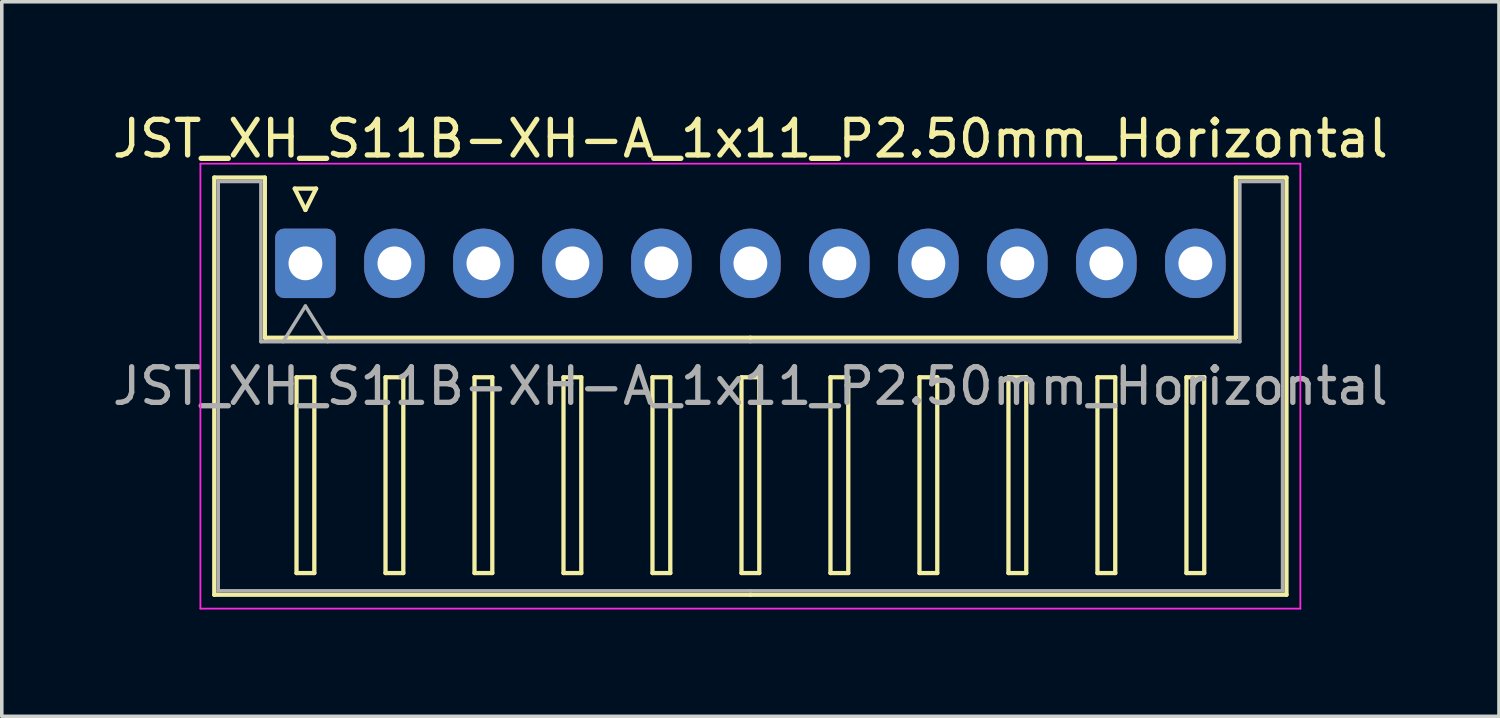
<source format=kicad_pcb>
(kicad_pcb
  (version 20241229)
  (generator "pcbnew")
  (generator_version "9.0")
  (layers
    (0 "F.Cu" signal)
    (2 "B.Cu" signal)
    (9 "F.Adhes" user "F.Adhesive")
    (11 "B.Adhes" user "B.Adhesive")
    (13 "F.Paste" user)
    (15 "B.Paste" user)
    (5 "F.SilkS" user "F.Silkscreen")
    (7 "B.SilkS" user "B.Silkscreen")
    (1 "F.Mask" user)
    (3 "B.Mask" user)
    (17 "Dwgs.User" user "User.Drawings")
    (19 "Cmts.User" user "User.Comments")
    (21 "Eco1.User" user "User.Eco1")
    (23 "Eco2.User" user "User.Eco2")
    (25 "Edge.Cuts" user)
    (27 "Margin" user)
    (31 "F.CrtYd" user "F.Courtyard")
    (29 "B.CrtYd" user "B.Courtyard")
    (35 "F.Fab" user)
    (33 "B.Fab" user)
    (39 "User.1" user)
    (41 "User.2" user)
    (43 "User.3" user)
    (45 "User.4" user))
  (footprint "JST_XH_S11B-XH-A_1x11_P2.50mm_Horizontal"
    (layer "F.Cu")
    (at 5.53 4.348)
    (property "Reference" "JST_XH_S11B-XH-A_1x11_P2.50mm_Horizontal" (at 12.5 -3.5 0) (layer "F.SilkS") (effects (font (size 1 1) (thickness 0.15))))
    (attr through_hole)
    (fp_line (start -2.56 -2.41) (end -1.14 -2.41) (stroke (width 0.12) (type solid)) (layer "F.SilkS"))
    (fp_line (start -2.56 9.31) (end -2.56 -2.41) (stroke (width 0.12) (type solid)) (layer "F.SilkS"))
    (fp_line (start -1.14 -2.41) (end -1.14 2.09) (stroke (width 0.12) (type solid)) (layer "F.SilkS"))
    (fp_line (start -1.14 2.09) (end 12.5 2.09) (stroke (width 0.12) (type solid)) (layer "F.SilkS"))
    (fp_line (start -0.3 -2.1) (end 0.3 -2.1) (stroke (width 0.12) (type solid)) (layer "F.SilkS"))
    (fp_line (start -0.25 3.2) (end -0.25 8.7) (stroke (width 0.12) (type solid)) (layer "F.SilkS"))
    (fp_line (start -0.25 8.7) (end 0.25 8.7) (stroke (width 0.12) (type solid)) (layer "F.SilkS"))
    (fp_line (start 0 -1.5) (end -0.3 -2.1) (stroke (width 0.12) (type solid)) (layer "F.SilkS"))
    (fp_line (start 0.25 3.2) (end -0.25 3.2) (stroke (width 0.12) (type solid)) (layer "F.SilkS"))
    (fp_line (start 0.25 8.7) (end 0.25 3.2) (stroke (width 0.12) (type solid)) (layer "F.SilkS"))
    (fp_line (start 0.3 -2.1) (end 0 -1.5) (stroke (width 0.12) (type solid)) (layer "F.SilkS"))
    (fp_line (start 2.25 3.2) (end 2.25 8.7) (stroke (width 0.12) (type solid)) (layer "F.SilkS"))
    (fp_line (start 2.25 8.7) (end 2.75 8.7) (stroke (width 0.12) (type solid)) (layer "F.SilkS"))
    (fp_line (start 2.75 3.2) (end 2.25 3.2) (stroke (width 0.12) (type solid)) (layer "F.SilkS"))
    (fp_line (start 2.75 8.7) (end 2.75 3.2) (stroke (width 0.12) (type solid)) (layer "F.SilkS"))
    (fp_line (start 4.75 3.2) (end 4.75 8.7) (stroke (width 0.12) (type solid)) (layer "F.SilkS"))
    (fp_line (start 4.75 8.7) (end 5.25 8.7) (stroke (width 0.12) (type solid)) (layer "F.SilkS"))
    (fp_line (start 5.25 3.2) (end 4.75 3.2) (stroke (width 0.12) (type solid)) (layer "F.SilkS"))
    (fp_line (start 5.25 8.7) (end 5.25 3.2) (stroke (width 0.12) (type solid)) (layer "F.SilkS"))
    (fp_line (start 7.25 3.2) (end 7.25 8.7) (stroke (width 0.12) (type solid)) (layer "F.SilkS"))
    (fp_line (start 7.25 8.7) (end 7.75 8.7) (stroke (width 0.12) (type solid)) (layer "F.SilkS"))
    (fp_line (start 7.75 3.2) (end 7.25 3.2) (stroke (width 0.12) (type solid)) (layer "F.SilkS"))
    (fp_line (start 7.75 8.7) (end 7.75 3.2) (stroke (width 0.12) (type solid)) (layer "F.SilkS"))
    (fp_line (start 9.75 3.2) (end 9.75 8.7) (stroke (width 0.12) (type solid)) (layer "F.SilkS"))
    (fp_line (start 9.75 8.7) (end 10.25 8.7) (stroke (width 0.12) (type solid)) (layer "F.SilkS"))
    (fp_line (start 10.25 3.2) (end 9.75 3.2) (stroke (width 0.12) (type solid)) (layer "F.SilkS"))
    (fp_line (start 10.25 8.7) (end 10.25 3.2) (stroke (width 0.12) (type solid)) (layer "F.SilkS"))
    (fp_line (start 12.25 3.2) (end 12.25 8.7) (stroke (width 0.12) (type solid)) (layer "F.SilkS"))
    (fp_line (start 12.25 8.7) (end 12.75 8.7) (stroke (width 0.12) (type solid)) (layer "F.SilkS"))
    (fp_line (start 12.5 9.31) (end -2.56 9.31) (stroke (width 0.12) (type solid)) (layer "F.SilkS"))
    (fp_line (start 12.5 9.31) (end 27.56 9.31) (stroke (width 0.12) (type solid)) (layer "F.SilkS"))
    (fp_line (start 12.75 3.2) (end 12.25 3.2) (stroke (width 0.12) (type solid)) (layer "F.SilkS"))
    (fp_line (start 12.75 8.7) (end 12.75 3.2) (stroke (width 0.12) (type solid)) (layer "F.SilkS"))
    (fp_line (start 14.75 3.2) (end 14.75 8.7) (stroke (width 0.12) (type solid)) (layer "F.SilkS"))
    (fp_line (start 14.75 8.7) (end 15.25 8.7) (stroke (width 0.12) (type solid)) (layer "F.SilkS"))
    (fp_line (start 15.25 3.2) (end 14.75 3.2) (stroke (width 0.12) (type solid)) (layer "F.SilkS"))
    (fp_line (start 15.25 8.7) (end 15.25 3.2) (stroke (width 0.12) (type solid)) (layer "F.SilkS"))
    (fp_line (start 17.25 3.2) (end 17.25 8.7) (stroke (width 0.12) (type solid)) (layer "F.SilkS"))
    (fp_line (start 17.25 8.7) (end 17.75 8.7) (stroke (width 0.12) (type solid)) (layer "F.SilkS"))
    (fp_line (start 17.75 3.2) (end 17.25 3.2) (stroke (width 0.12) (type solid)) (layer "F.SilkS"))
    (fp_line (start 17.75 8.7) (end 17.75 3.2) (stroke (width 0.12) (type solid)) (layer "F.SilkS"))
    (fp_line (start 19.75 3.2) (end 19.75 8.7) (stroke (width 0.12) (type solid)) (layer "F.SilkS"))
    (fp_line (start 19.75 8.7) (end 20.25 8.7) (stroke (width 0.12) (type solid)) (layer "F.SilkS"))
    (fp_line (start 20.25 3.2) (end 19.75 3.2) (stroke (width 0.12) (type solid)) (layer "F.SilkS"))
    (fp_line (start 20.25 8.7) (end 20.25 3.2) (stroke (width 0.12) (type solid)) (layer "F.SilkS"))
    (fp_line (start 22.25 3.2) (end 22.25 8.7) (stroke (width 0.12) (type solid)) (layer "F.SilkS"))
    (fp_line (start 22.25 8.7) (end 22.75 8.7) (stroke (width 0.12) (type solid)) (layer "F.SilkS"))
    (fp_line (start 22.75 3.2) (end 22.25 3.2) (stroke (width 0.12) (type solid)) (layer "F.SilkS"))
    (fp_line (start 22.75 8.7) (end 22.75 3.2) (stroke (width 0.12) (type solid)) (layer "F.SilkS"))
    (fp_line (start 24.75 3.2) (end 24.75 8.7) (stroke (width 0.12) (type solid)) (layer "F.SilkS"))
    (fp_line (start 24.75 8.7) (end 25.25 8.7) (stroke (width 0.12) (type solid)) (layer "F.SilkS"))
    (fp_line (start 25.25 3.2) (end 24.75 3.2) (stroke (width 0.12) (type solid)) (layer "F.SilkS"))
    (fp_line (start 25.25 8.7) (end 25.25 3.2) (stroke (width 0.12) (type solid)) (layer "F.SilkS"))
    (fp_line (start 26.14 -2.41) (end 26.14 2.09) (stroke (width 0.12) (type solid)) (layer "F.SilkS"))
    (fp_line (start 26.14 2.09) (end 12.5 2.09) (stroke (width 0.12) (type solid)) (layer "F.SilkS"))
    (fp_line (start 27.56 -2.41) (end 26.14 -2.41) (stroke (width 0.12) (type solid)) (layer "F.SilkS"))
    (fp_line (start 27.56 9.31) (end 27.56 -2.41) (stroke (width 0.12) (type solid)) (layer "F.SilkS"))
    (fp_line (start -2.95 -2.8) (end -2.95 9.7) (stroke (width 0.05) (type solid)) (layer "F.CrtYd"))
    (fp_line (start -2.95 9.7) (end 27.95 9.7) (stroke (width 0.05) (type solid)) (layer "F.CrtYd"))
    (fp_line (start 27.95 -2.8) (end -2.95 -2.8) (stroke (width 0.05) (type solid)) (layer "F.CrtYd"))
    (fp_line (start 27.95 9.7) (end 27.95 -2.8) (stroke (width 0.05) (type solid)) (layer "F.CrtYd"))
    (fp_line (start -2.45 -2.3) (end -1.25 -2.3) (stroke (width 0.1) (type solid)) (layer "F.Fab"))
    (fp_line (start -2.45 9.2) (end -2.45 -2.3) (stroke (width 0.1) (type solid)) (layer "F.Fab"))
    (fp_line (start -1.25 -2.3) (end -1.25 2.2) (stroke (width 0.1) (type solid)) (layer "F.Fab"))
    (fp_line (start -1.25 2.2) (end 12.5 2.2) (stroke (width 0.1) (type solid)) (layer "F.Fab"))
    (fp_line (start -0.625 2.2) (end 0 1.2) (stroke (width 0.1) (type solid)) (layer "F.Fab"))
    (fp_line (start 0 1.2) (end 0.625 2.2) (stroke (width 0.1) (type solid)) (layer "F.Fab"))
    (fp_line (start 12.5 9.2) (end -2.45 9.2) (stroke (width 0.1) (type solid)) (layer "F.Fab"))
    (fp_line (start 12.5 9.2) (end 27.45 9.2) (stroke (width 0.1) (type solid)) (layer "F.Fab"))
    (fp_line (start 26.25 -2.3) (end 26.25 2.2) (stroke (width 0.1) (type solid)) (layer "F.Fab"))
    (fp_line (start 26.25 2.2) (end 12.5 2.2) (stroke (width 0.1) (type solid)) (layer "F.Fab"))
    (fp_line (start 27.45 -2.3) (end 26.25 -2.3) (stroke (width 0.1) (type solid)) (layer "F.Fab"))
    (fp_line (start 27.45 9.2) (end 27.45 -2.3) (stroke (width 0.1) (type solid)) (layer "F.Fab"))
    (fp_text user "${REFERENCE}" (at 12.5 3.45 0) (layer "F.Fab") (effects (font (size 1 1) (thickness 0.15))))
    (pad "1" thru_hole roundrect (at 0 0) (size 1.7 1.95) (drill 0.95) (layers "*.Cu" "*.Mask") (roundrect_rratio 0.147))
    (pad "2" thru_hole oval (at 2.5 0) (size 1.7 1.95) (drill 0.95) (layers "*.Cu" "*.Mask"))
    (pad "3" thru_hole oval (at 5 0) (size 1.7 1.95) (drill 0.95) (layers "*.Cu" "*.Mask"))
    (pad "4" thru_hole oval (at 7.5 0) (size 1.7 1.95) (drill 0.95) (layers "*.Cu" "*.Mask"))
    (pad "5" thru_hole oval (at 10 0) (size 1.7 1.95) (drill 0.95) (layers "*.Cu" "*.Mask"))
    (pad "6" thru_hole oval (at 12.5 0) (size 1.7 1.95) (drill 0.95) (layers "*.Cu" "*.Mask"))
    (pad "7" thru_hole oval (at 15 0) (size 1.7 1.95) (drill 0.95) (layers "*.Cu" "*.Mask"))
    (pad "8" thru_hole oval (at 17.5 0) (size 1.7 1.95) (drill 0.95) (layers "*.Cu" "*.Mask"))
    (pad "9" thru_hole oval (at 20 0) (size 1.7 1.95) (drill 0.95) (layers "*.Cu" "*.Mask"))
    (pad "10" thru_hole oval (at 22.5 0) (size 1.7 1.95) (drill 0.95) (layers "*.Cu" "*.Mask"))
    (pad "11" thru_hole oval (at 25 0) (size 1.7 1.95) (drill 0.95) (layers "*.Cu" "*.Mask")))
  (gr_rect
    (start -3 -3)
    (end 39.06 17.073)
    (stroke (width 0.1) (type default))
    (fill no)
    (layer "Edge.Cuts")))
</source>
